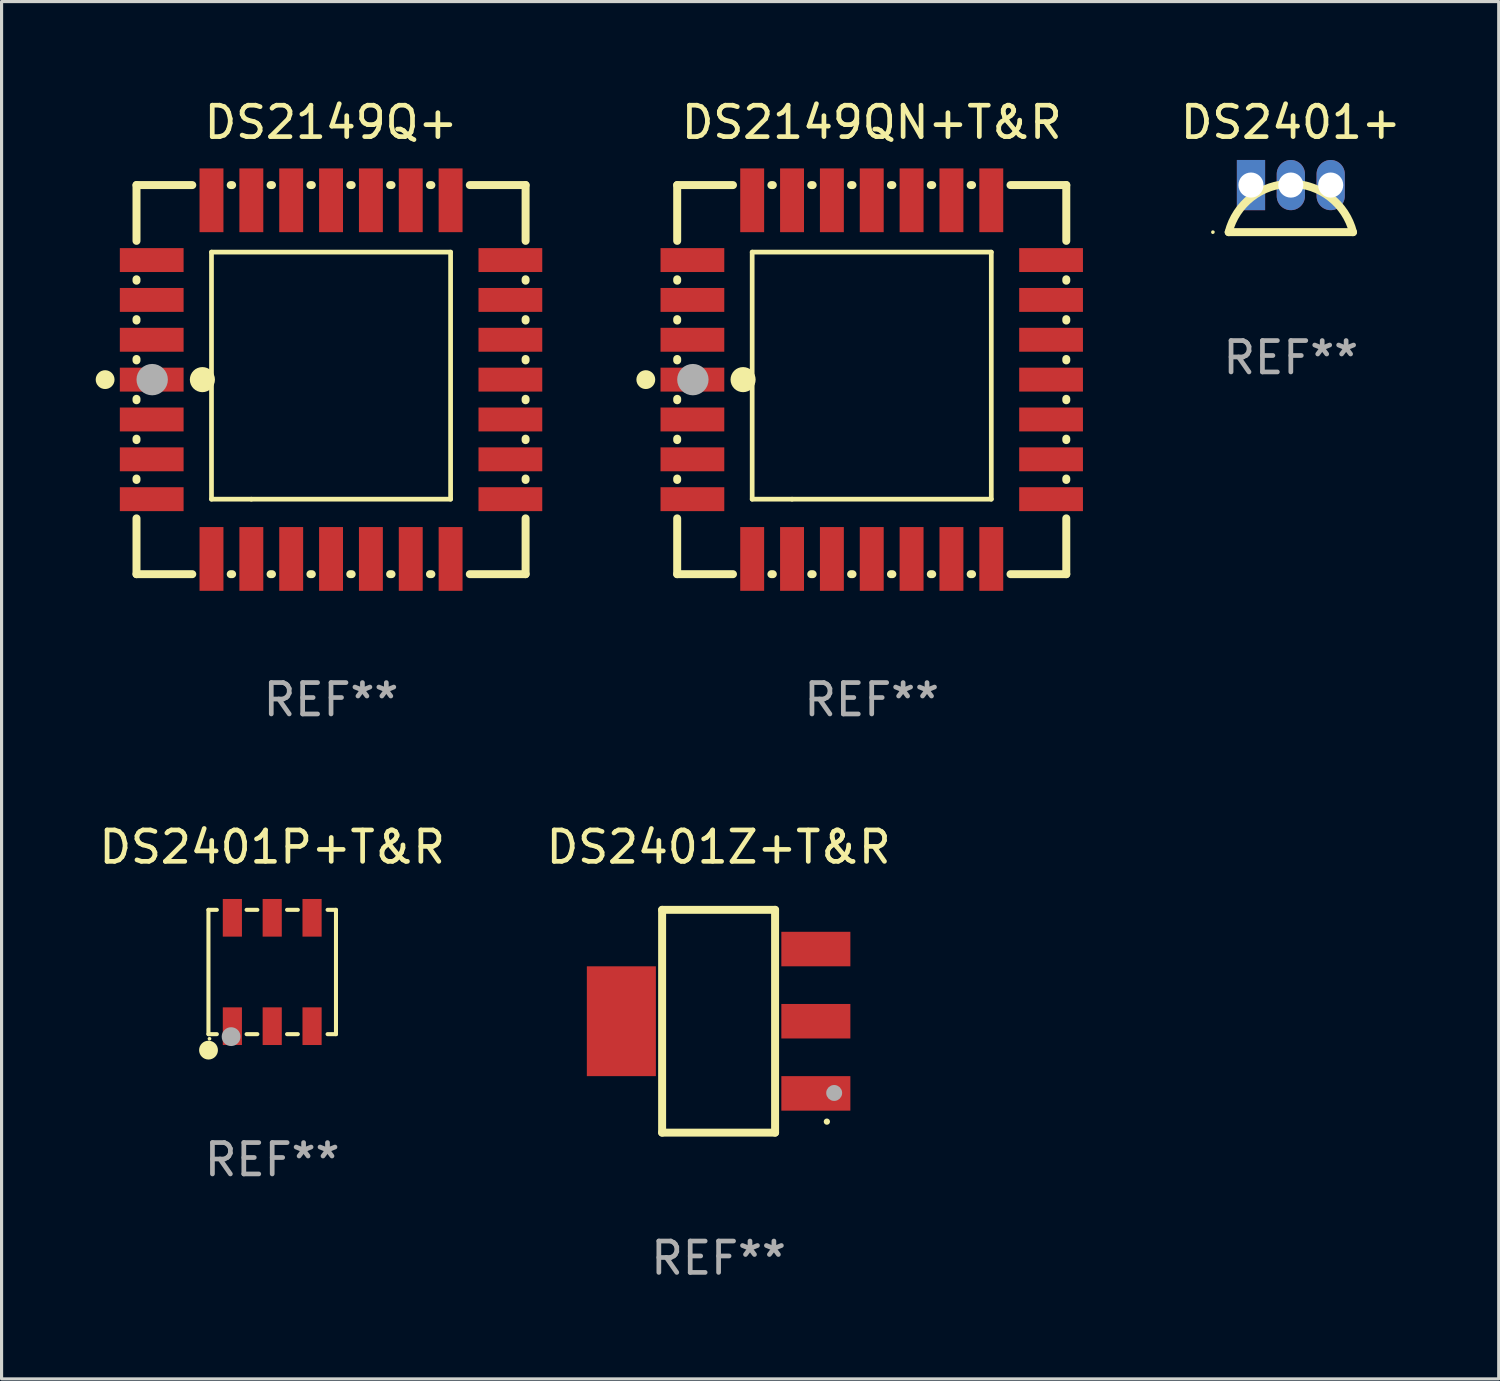
<source format=kicad_pcb>
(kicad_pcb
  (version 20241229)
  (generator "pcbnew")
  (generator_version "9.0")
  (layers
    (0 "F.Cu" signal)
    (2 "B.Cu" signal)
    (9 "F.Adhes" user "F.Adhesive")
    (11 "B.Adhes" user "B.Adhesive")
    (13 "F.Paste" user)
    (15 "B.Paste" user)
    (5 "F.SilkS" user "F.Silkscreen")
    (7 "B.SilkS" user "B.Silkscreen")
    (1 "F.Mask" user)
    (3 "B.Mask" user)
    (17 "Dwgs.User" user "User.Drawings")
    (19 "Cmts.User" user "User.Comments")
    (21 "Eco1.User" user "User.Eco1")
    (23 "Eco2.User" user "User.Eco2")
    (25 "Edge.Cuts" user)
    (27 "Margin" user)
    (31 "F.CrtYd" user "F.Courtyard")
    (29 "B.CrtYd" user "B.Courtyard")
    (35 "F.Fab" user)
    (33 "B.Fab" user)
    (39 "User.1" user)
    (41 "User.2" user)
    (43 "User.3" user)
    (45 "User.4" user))
  (footprint "DS2149Q+"
    (layer "F.Cu")
    (at 7.5 9.048)
    (property "Reference" "DS2149Q+" (at 0 -8.2 0) (layer "F.SilkS") (effects (font (size 1 1) (thickness 0.15))))
    (attr through_hole)
    (fp_line (start -6.2 -6.2) (end -4.422 -6.2) (stroke (width 0.254) (type solid)) (layer "F.SilkS"))
    (fp_line (start -6.2 -4.422) (end -6.2 -6.2) (stroke (width 0.254) (type solid)) (layer "F.SilkS"))
    (fp_line (start -6.2 -3.152) (end -6.2 -3.198) (stroke (width 0.254) (type solid)) (layer "F.SilkS"))
    (fp_line (start -6.2 -1.882) (end -6.2 -1.928) (stroke (width 0.254) (type solid)) (layer "F.SilkS"))
    (fp_line (start -6.2 -0.612) (end -6.2 -0.658) (stroke (width 0.254) (type solid)) (layer "F.SilkS"))
    (fp_line (start -6.2 0.658) (end -6.2 0.612) (stroke (width 0.254) (type solid)) (layer "F.SilkS"))
    (fp_line (start -6.2 1.928) (end -6.2 1.882) (stroke (width 0.254) (type solid)) (layer "F.SilkS"))
    (fp_line (start -6.2 3.198) (end -6.2 3.152) (stroke (width 0.254) (type solid)) (layer "F.SilkS"))
    (fp_line (start -6.2 6.2) (end -6.2 4.422) (stroke (width 0.254) (type solid)) (layer "F.SilkS"))
    (fp_line (start -4.422 6.2) (end -6.2 6.2) (stroke (width 0.254) (type solid)) (layer "F.SilkS"))
    (fp_line (start -3.81 -4.064) (end 3.81 -4.064) (stroke (width 0.15) (type solid)) (layer "F.SilkS"))
    (fp_line (start -3.81 3.81) (end -3.81 -4.064) (stroke (width 0.15) (type solid)) (layer "F.SilkS"))
    (fp_line (start -3.198 -6.2) (end -3.152 -6.2) (stroke (width 0.254) (type solid)) (layer "F.SilkS"))
    (fp_line (start -3.152 6.2) (end -3.198 6.2) (stroke (width 0.254) (type solid)) (layer "F.SilkS"))
    (fp_line (start -2.54 3.81) (end -3.81 3.81) (stroke (width 0.15) (type solid)) (layer "F.SilkS"))
    (fp_line (start -1.928 -6.2) (end -1.882 -6.2) (stroke (width 0.254) (type solid)) (layer "F.SilkS"))
    (fp_line (start -1.882 6.2) (end -1.928 6.2) (stroke (width 0.254) (type solid)) (layer "F.SilkS"))
    (fp_line (start -0.658 -6.2) (end -0.612 -6.2) (stroke (width 0.254) (type solid)) (layer "F.SilkS"))
    (fp_line (start -0.612 6.2) (end -0.658 6.2) (stroke (width 0.254) (type solid)) (layer "F.SilkS"))
    (fp_line (start 0.612 -6.2) (end 0.658 -6.2) (stroke (width 0.254) (type solid)) (layer "F.SilkS"))
    (fp_line (start 0.658 6.2) (end 0.612 6.2) (stroke (width 0.254) (type solid)) (layer "F.SilkS"))
    (fp_line (start 1.882 -6.2) (end 1.928 -6.2) (stroke (width 0.254) (type solid)) (layer "F.SilkS"))
    (fp_line (start 1.928 6.2) (end 1.882 6.2) (stroke (width 0.254) (type solid)) (layer "F.SilkS"))
    (fp_line (start 3.152 -6.2) (end 3.198 -6.2) (stroke (width 0.254) (type solid)) (layer "F.SilkS"))
    (fp_line (start 3.198 6.2) (end 3.152 6.2) (stroke (width 0.254) (type solid)) (layer "F.SilkS"))
    (fp_line (start 3.81 -4.064) (end 3.81 3.81) (stroke (width 0.15) (type solid)) (layer "F.SilkS"))
    (fp_line (start 3.81 3.81) (end -2.54 3.81) (stroke (width 0.15) (type solid)) (layer "F.SilkS"))
    (fp_line (start 4.422 -6.2) (end 6.2 -6.2) (stroke (width 0.254) (type solid)) (layer "F.SilkS"))
    (fp_line (start 6.2 -6.2) (end 6.2 -4.422) (stroke (width 0.254) (type solid)) (layer "F.SilkS"))
    (fp_line (start 6.2 -3.198) (end 6.2 -3.152) (stroke (width 0.254) (type solid)) (layer "F.SilkS"))
    (fp_line (start 6.2 -1.928) (end 6.2 -1.882) (stroke (width 0.254) (type solid)) (layer "F.SilkS"))
    (fp_line (start 6.2 -0.658) (end 6.2 -0.612) (stroke (width 0.254) (type solid)) (layer "F.SilkS"))
    (fp_line (start 6.2 0.612) (end 6.2 0.658) (stroke (width 0.254) (type solid)) (layer "F.SilkS"))
    (fp_line (start 6.2 1.882) (end 6.2 1.928) (stroke (width 0.254) (type solid)) (layer "F.SilkS"))
    (fp_line (start 6.2 3.152) (end 6.2 3.198) (stroke (width 0.254) (type solid)) (layer "F.SilkS"))
    (fp_line (start 6.2 4.422) (end 6.2 6.2) (stroke (width 0.254) (type solid)) (layer "F.SilkS"))
    (fp_line (start 6.2 6.2) (end 4.422 6.2) (stroke (width 0.254) (type solid)) (layer "F.SilkS"))
    (fp_circle (center -7.2 0) (end -7.05 0) (stroke (width 0.3) (type solid)) (fill no) (layer "F.SilkS"))
    (fp_circle (center -6.223 6.223) (end -6.193 6.223) (stroke (width 0.06) (type solid)) (fill no) (layer "F.SilkS"))
    (fp_circle (center -4.1 0) (end -3.9 0) (stroke (width 0.4) (type solid)) (fill no) (layer "F.SilkS"))
    (fp_circle (center -5.7 0) (end -5.45 0) (stroke (width 0.5) (type solid)) (fill no) (layer "F.Fab"))
    (fp_text user "REF**" (at 0 10.2 0) (layer "F.Fab") (effects (font (size 1 1) (thickness 0.15))))
    (pad "1" smd rect (at -5.715 0) (size 2.032 0.762) (layers "F.Cu" "F.Mask" "F.Paste"))
    (pad "2" smd rect (at -5.715 1.27) (size 2.032 0.762) (layers "F.Cu" "F.Mask" "F.Paste"))
    (pad "3" smd rect (at -5.715 2.54) (size 2.032 0.762) (layers "F.Cu" "F.Mask" "F.Paste"))
    (pad "4" smd rect (at -5.715 3.81) (size 2.032 0.762) (layers "F.Cu" "F.Mask" "F.Paste"))
    (pad "5" smd rect (at -3.81 5.715) (size 0.762 2.032) (layers "F.Cu" "F.Mask" "F.Paste"))
    (pad "6" smd rect (at -2.54 5.715) (size 0.762 2.032) (layers "F.Cu" "F.Mask" "F.Paste"))
    (pad "7" smd rect (at -1.27 5.715) (size 0.762 2.032) (layers "F.Cu" "F.Mask" "F.Paste"))
    (pad "8" smd rect (at 0 5.715) (size 0.762 2.032) (layers "F.Cu" "F.Mask" "F.Paste"))
    (pad "9" smd rect (at 1.27 5.715) (size 0.762 2.032) (layers "F.Cu" "F.Mask" "F.Paste"))
    (pad "10" smd rect (at 2.54 5.715) (size 0.762 2.032) (layers "F.Cu" "F.Mask" "F.Paste"))
    (pad "11" smd rect (at 3.81 5.715) (size 0.762 2.032) (layers "F.Cu" "F.Mask" "F.Paste"))
    (pad "12" smd rect (at 5.715 3.81) (size 2.032 0.762) (layers "F.Cu" "F.Mask" "F.Paste"))
    (pad "13" smd rect (at 5.715 2.54) (size 2.032 0.762) (layers "F.Cu" "F.Mask" "F.Paste"))
    (pad "14" smd rect (at 5.715 1.27) (size 2.032 0.762) (layers "F.Cu" "F.Mask" "F.Paste"))
    (pad "15" smd rect (at 5.715 0) (size 2.032 0.762) (layers "F.Cu" "F.Mask" "F.Paste"))
    (pad "16" smd rect (at 5.715 -1.27) (size 2.032 0.762) (layers "F.Cu" "F.Mask" "F.Paste"))
    (pad "17" smd rect (at 5.715 -2.54) (size 2.032 0.762) (layers "F.Cu" "F.Mask" "F.Paste"))
    (pad "18" smd rect (at 5.715 -3.81) (size 2.032 0.762) (layers "F.Cu" "F.Mask" "F.Paste"))
    (pad "19" smd rect (at 3.81 -5.715) (size 0.762 2.032) (layers "F.Cu" "F.Mask" "F.Paste"))
    (pad "20" smd rect (at 2.54 -5.715) (size 0.762 2.032) (layers "F.Cu" "F.Mask" "F.Paste"))
    (pad "21" smd rect (at 1.27 -5.715) (size 0.762 2.032) (layers "F.Cu" "F.Mask" "F.Paste"))
    (pad "22" smd rect (at 0 -5.715) (size 0.762 2.032) (layers "F.Cu" "F.Mask" "F.Paste"))
    (pad "23" smd rect (at -1.27 -5.715) (size 0.762 2.032) (layers "F.Cu" "F.Mask" "F.Paste"))
    (pad "24" smd rect (at -2.54 -5.715) (size 0.762 2.032) (layers "F.Cu" "F.Mask" "F.Paste"))
    (pad "25" smd rect (at -3.81 -5.715) (size 0.762 2.032) (layers "F.Cu" "F.Mask" "F.Paste"))
    (pad "26" smd rect (at -5.715 -3.81) (size 2.032 0.762) (layers "F.Cu" "F.Mask" "F.Paste"))
    (pad "27" smd rect (at -5.715 -2.54) (size 2.032 0.762) (layers "F.Cu" "F.Mask" "F.Paste"))
    (pad "28" smd rect (at -5.715 -1.27) (size 2.032 0.762) (layers "F.Cu" "F.Mask" "F.Paste")))
  (footprint "DS2149QN+T&R"
    (layer "F.Cu")
    (at 24.731 9.048)
    (property "Reference" "DS2149QN+T&R" (at 0 -8.2 0) (layer "F.SilkS") (effects (font (size 1 1) (thickness 0.15))))
    (attr through_hole)
    (fp_line (start -6.2 -6.2) (end -4.422 -6.2) (stroke (width 0.254) (type solid)) (layer "F.SilkS"))
    (fp_line (start -6.2 -4.422) (end -6.2 -6.2) (stroke (width 0.254) (type solid)) (layer "F.SilkS"))
    (fp_line (start -6.2 -3.152) (end -6.2 -3.198) (stroke (width 0.254) (type solid)) (layer "F.SilkS"))
    (fp_line (start -6.2 -1.882) (end -6.2 -1.928) (stroke (width 0.254) (type solid)) (layer "F.SilkS"))
    (fp_line (start -6.2 -0.612) (end -6.2 -0.658) (stroke (width 0.254) (type solid)) (layer "F.SilkS"))
    (fp_line (start -6.2 0.658) (end -6.2 0.612) (stroke (width 0.254) (type solid)) (layer "F.SilkS"))
    (fp_line (start -6.2 1.928) (end -6.2 1.882) (stroke (width 0.254) (type solid)) (layer "F.SilkS"))
    (fp_line (start -6.2 3.198) (end -6.2 3.152) (stroke (width 0.254) (type solid)) (layer "F.SilkS"))
    (fp_line (start -6.2 6.2) (end -6.2 4.422) (stroke (width 0.254) (type solid)) (layer "F.SilkS"))
    (fp_line (start -4.422 6.2) (end -6.2 6.2) (stroke (width 0.254) (type solid)) (layer "F.SilkS"))
    (fp_line (start -3.81 -4.064) (end 3.81 -4.064) (stroke (width 0.15) (type solid)) (layer "F.SilkS"))
    (fp_line (start -3.81 3.81) (end -3.81 -4.064) (stroke (width 0.15) (type solid)) (layer "F.SilkS"))
    (fp_line (start -3.198 -6.2) (end -3.152 -6.2) (stroke (width 0.254) (type solid)) (layer "F.SilkS"))
    (fp_line (start -3.152 6.2) (end -3.198 6.2) (stroke (width 0.254) (type solid)) (layer "F.SilkS"))
    (fp_line (start -2.54 3.81) (end -3.81 3.81) (stroke (width 0.15) (type solid)) (layer "F.SilkS"))
    (fp_line (start -1.928 -6.2) (end -1.882 -6.2) (stroke (width 0.254) (type solid)) (layer "F.SilkS"))
    (fp_line (start -1.882 6.2) (end -1.928 6.2) (stroke (width 0.254) (type solid)) (layer "F.SilkS"))
    (fp_line (start -0.658 -6.2) (end -0.612 -6.2) (stroke (width 0.254) (type solid)) (layer "F.SilkS"))
    (fp_line (start -0.612 6.2) (end -0.658 6.2) (stroke (width 0.254) (type solid)) (layer "F.SilkS"))
    (fp_line (start 0.612 -6.2) (end 0.658 -6.2) (stroke (width 0.254) (type solid)) (layer "F.SilkS"))
    (fp_line (start 0.658 6.2) (end 0.612 6.2) (stroke (width 0.254) (type solid)) (layer "F.SilkS"))
    (fp_line (start 1.882 -6.2) (end 1.928 -6.2) (stroke (width 0.254) (type solid)) (layer "F.SilkS"))
    (fp_line (start 1.928 6.2) (end 1.882 6.2) (stroke (width 0.254) (type solid)) (layer "F.SilkS"))
    (fp_line (start 3.152 -6.2) (end 3.198 -6.2) (stroke (width 0.254) (type solid)) (layer "F.SilkS"))
    (fp_line (start 3.198 6.2) (end 3.152 6.2) (stroke (width 0.254) (type solid)) (layer "F.SilkS"))
    (fp_line (start 3.81 -4.064) (end 3.81 3.81) (stroke (width 0.15) (type solid)) (layer "F.SilkS"))
    (fp_line (start 3.81 3.81) (end -2.54 3.81) (stroke (width 0.15) (type solid)) (layer "F.SilkS"))
    (fp_line (start 4.422 -6.2) (end 6.2 -6.2) (stroke (width 0.254) (type solid)) (layer "F.SilkS"))
    (fp_line (start 6.2 -6.2) (end 6.2 -4.422) (stroke (width 0.254) (type solid)) (layer "F.SilkS"))
    (fp_line (start 6.2 -3.198) (end 6.2 -3.152) (stroke (width 0.254) (type solid)) (layer "F.SilkS"))
    (fp_line (start 6.2 -1.928) (end 6.2 -1.882) (stroke (width 0.254) (type solid)) (layer "F.SilkS"))
    (fp_line (start 6.2 -0.658) (end 6.2 -0.612) (stroke (width 0.254) (type solid)) (layer "F.SilkS"))
    (fp_line (start 6.2 0.612) (end 6.2 0.658) (stroke (width 0.254) (type solid)) (layer "F.SilkS"))
    (fp_line (start 6.2 1.882) (end 6.2 1.928) (stroke (width 0.254) (type solid)) (layer "F.SilkS"))
    (fp_line (start 6.2 3.152) (end 6.2 3.198) (stroke (width 0.254) (type solid)) (layer "F.SilkS"))
    (fp_line (start 6.2 4.422) (end 6.2 6.2) (stroke (width 0.254) (type solid)) (layer "F.SilkS"))
    (fp_line (start 6.2 6.2) (end 4.422 6.2) (stroke (width 0.254) (type solid)) (layer "F.SilkS"))
    (fp_circle (center -7.2 0) (end -7.05 0) (stroke (width 0.3) (type solid)) (fill no) (layer "F.SilkS"))
    (fp_circle (center -6.223 6.223) (end -6.193 6.223) (stroke (width 0.06) (type solid)) (fill no) (layer "F.SilkS"))
    (fp_circle (center -4.1 0) (end -3.9 0) (stroke (width 0.4) (type solid)) (fill no) (layer "F.SilkS"))
    (fp_circle (center -5.7 0) (end -5.45 0) (stroke (width 0.5) (type solid)) (fill no) (layer "F.Fab"))
    (fp_text user "REF**" (at 0 10.2 0) (layer "F.Fab") (effects (font (size 1 1) (thickness 0.15))))
    (pad "1" smd rect (at -5.715 0) (size 2.032 0.762) (layers "F.Cu" "F.Mask" "F.Paste"))
    (pad "2" smd rect (at -5.715 1.27) (size 2.032 0.762) (layers "F.Cu" "F.Mask" "F.Paste"))
    (pad "3" smd rect (at -5.715 2.54) (size 2.032 0.762) (layers "F.Cu" "F.Mask" "F.Paste"))
    (pad "4" smd rect (at -5.715 3.81) (size 2.032 0.762) (layers "F.Cu" "F.Mask" "F.Paste"))
    (pad "5" smd rect (at -3.81 5.715) (size 0.762 2.032) (layers "F.Cu" "F.Mask" "F.Paste"))
    (pad "6" smd rect (at -2.54 5.715) (size 0.762 2.032) (layers "F.Cu" "F.Mask" "F.Paste"))
    (pad "7" smd rect (at -1.27 5.715) (size 0.762 2.032) (layers "F.Cu" "F.Mask" "F.Paste"))
    (pad "8" smd rect (at 0 5.715) (size 0.762 2.032) (layers "F.Cu" "F.Mask" "F.Paste"))
    (pad "9" smd rect (at 1.27 5.715) (size 0.762 2.032) (layers "F.Cu" "F.Mask" "F.Paste"))
    (pad "10" smd rect (at 2.54 5.715) (size 0.762 2.032) (layers "F.Cu" "F.Mask" "F.Paste"))
    (pad "11" smd rect (at 3.81 5.715) (size 0.762 2.032) (layers "F.Cu" "F.Mask" "F.Paste"))
    (pad "12" smd rect (at 5.715 3.81) (size 2.032 0.762) (layers "F.Cu" "F.Mask" "F.Paste"))
    (pad "13" smd rect (at 5.715 2.54) (size 2.032 0.762) (layers "F.Cu" "F.Mask" "F.Paste"))
    (pad "14" smd rect (at 5.715 1.27) (size 2.032 0.762) (layers "F.Cu" "F.Mask" "F.Paste"))
    (pad "15" smd rect (at 5.715 0) (size 2.032 0.762) (layers "F.Cu" "F.Mask" "F.Paste"))
    (pad "16" smd rect (at 5.715 -1.27) (size 2.032 0.762) (layers "F.Cu" "F.Mask" "F.Paste"))
    (pad "17" smd rect (at 5.715 -2.54) (size 2.032 0.762) (layers "F.Cu" "F.Mask" "F.Paste"))
    (pad "18" smd rect (at 5.715 -3.81) (size 2.032 0.762) (layers "F.Cu" "F.Mask" "F.Paste"))
    (pad "19" smd rect (at 3.81 -5.715) (size 0.762 2.032) (layers "F.Cu" "F.Mask" "F.Paste"))
    (pad "20" smd rect (at 2.54 -5.715) (size 0.762 2.032) (layers "F.Cu" "F.Mask" "F.Paste"))
    (pad "21" smd rect (at 1.27 -5.715) (size 0.762 2.032) (layers "F.Cu" "F.Mask" "F.Paste"))
    (pad "22" smd rect (at 0 -5.715) (size 0.762 2.032) (layers "F.Cu" "F.Mask" "F.Paste"))
    (pad "23" smd rect (at -1.27 -5.715) (size 0.762 2.032) (layers "F.Cu" "F.Mask" "F.Paste"))
    (pad "24" smd rect (at -2.54 -5.715) (size 0.762 2.032) (layers "F.Cu" "F.Mask" "F.Paste"))
    (pad "25" smd rect (at -3.81 -5.715) (size 0.762 2.032) (layers "F.Cu" "F.Mask" "F.Paste"))
    (pad "26" smd rect (at -5.715 -3.81) (size 2.032 0.762) (layers "F.Cu" "F.Mask" "F.Paste"))
    (pad "27" smd rect (at -5.715 -2.54) (size 2.032 0.762) (layers "F.Cu" "F.Mask" "F.Paste"))
    (pad "28" smd rect (at -5.715 -1.27) (size 2.032 0.762) (layers "F.Cu" "F.Mask" "F.Paste")))
  (footprint "DS2401Z+T&R"
    (layer "F.Cu")
    (at 19.851 29.495)
    (property "Reference" "DS2401Z+T&R" (at 0 -5.55 0) (layer "F.SilkS") (effects (font (size 1 1) (thickness 0.15))))
    (attr through_hole)
    (fp_line (start -1.8 -3.55) (end 1.8 -3.55) (stroke (width 0.254) (type solid)) (layer "F.SilkS"))
    (fp_line (start -1.8 3.55) (end -1.8 -3.55) (stroke (width 0.254) (type solid)) (layer "F.SilkS"))
    (fp_line (start -1.8 3.55) (end 1.8 3.55) (stroke (width 0.254) (type solid)) (layer "F.SilkS"))
    (fp_line (start 1.8 3.55) (end 1.8 -3.55) (stroke (width 0.254) (type solid)) (layer "F.SilkS"))
    (fp_circle (center 3.45 3.2) (end 3.5 3.2) (stroke (width 0.1) (type solid)) (fill no) (layer "F.SilkS"))
    (fp_circle (center 3.683 2.286) (end 3.81 2.286) (stroke (width 0.254) (type solid)) (fill no) (layer "F.Fab"))
    (fp_text user "REF**" (at 0 7.55 0) (layer "F.Fab") (effects (font (size 1 1) (thickness 0.15))))
    (pad "1" smd rect (at 3.099 2.3 90) (size 1.1 2.2) (layers "F.Cu" "F.Mask" "F.Paste"))
    (pad "2" smd rect (at 3.099 0 90) (size 1.1 2.2) (layers "F.Cu" "F.Mask" "F.Paste"))
    (pad "3" smd rect (at 3.099 -2.3 90) (size 1.1 2.2) (layers "F.Cu" "F.Mask" "F.Paste"))
    (pad "4" smd rect (at -3.099 0) (size 2.2 3.5) (layers "F.Cu" "F.Mask" "F.Paste")))
  (footprint "DS2401P+T&R"
    (layer "F.Cu")
    (at 5.625 27.926)
    (property "Reference" "DS2401P+T&R" (at 0 -3.981 0) (layer "F.SilkS") (effects (font (size 1 1) (thickness 0.15))))
    (attr through_hole)
    (fp_line (start -2.032 -1.981) (end -2.032 1.981) (stroke (width 0.129) (type solid)) (layer "F.SilkS"))
    (fp_line (start -1.764 -1.981) (end -2.032 -1.981) (stroke (width 0.129) (type solid)) (layer "F.SilkS"))
    (fp_line (start -1.764 1.981) (end -2.032 1.981) (stroke (width 0.129) (type solid)) (layer "F.SilkS"))
    (fp_line (start -0.473 -1.981) (end -0.817 -1.981) (stroke (width 0.129) (type solid)) (layer "F.SilkS"))
    (fp_line (start -0.473 1.981) (end -0.817 1.981) (stroke (width 0.129) (type solid)) (layer "F.SilkS"))
    (fp_line (start 0.817 -1.981) (end 0.473 -1.981) (stroke (width 0.129) (type solid)) (layer "F.SilkS"))
    (fp_line (start 0.817 1.981) (end 0.473 1.981) (stroke (width 0.129) (type solid)) (layer "F.SilkS"))
    (fp_line (start 2.032 -1.981) (end 1.764 -1.981) (stroke (width 0.129) (type solid)) (layer "F.SilkS"))
    (fp_line (start 2.032 1.981) (end 1.764 1.981) (stroke (width 0.129) (type solid)) (layer "F.SilkS"))
    (fp_line (start 2.032 1.981) (end 2.032 -1.981) (stroke (width 0.129) (type solid)) (layer "F.SilkS"))
    (fp_circle (center -2.03 2.49) (end -1.88 2.49) (stroke (width 0.3) (type solid)) (fill no) (layer "F.SilkS"))
    (fp_circle (center -2 2.127) (end -1.97 2.127) (stroke (width 0.06) (type solid)) (fill no) (layer "F.SilkS"))
    (fp_circle (center -1.31 2.06) (end -1.16 2.06) (stroke (width 0.3) (type solid)) (fill no) (layer "F.Fab"))
    (fp_text user "REF**" (at 0 5.981 0) (layer "F.Fab") (effects (font (size 1 1) (thickness 0.15))))
    (pad "1" smd rect (at -1.27 1.727) (size 0.61 1.2) (layers "F.Cu" "F.Mask" "F.Paste"))
    (pad "2" smd rect (at 0 1.727) (size 0.61 1.2) (layers "F.Cu" "F.Mask" "F.Paste"))
    (pad "3" smd rect (at 1.27 1.727) (size 0.61 1.2) (layers "F.Cu" "F.Mask" "F.Paste"))
    (pad "4" smd rect (at 1.27 -1.727) (size 0.61 1.2) (layers "F.Cu" "F.Mask" "F.Paste"))
    (pad "5" smd rect (at 0 -1.727) (size 0.61 1.2) (layers "F.Cu" "F.Mask" "F.Paste"))
    (pad "6" smd rect (at -1.27 -1.727) (size 0.61 1.2) (layers "F.Cu" "F.Mask" "F.Paste")))
  (footprint "DS2401+"
    (layer "F.Cu")
    (at 38.087 3.598)
    (property "Reference" "DS2401+" (at 0 -2.75 0) (layer "F.SilkS") (effects (font (size 1 1) (thickness 0.15))))
    (attr through_hole)
    (fp_line (start 1.98 0.75) (end -1.98 0.75) (stroke (width 0.254) (type solid)) (layer "F.SilkS"))
    (fp_arc (start -1.981204 0.751206) (mid 0 -0.789989) (end 1.981204 0.751207) (stroke (width 0.254001) (type solid)) (layer "F.SilkS"))
    (fp_circle (center -2.484 0.75) (end -2.454 0.75) (stroke (width 0.06) (type solid)) (fill no) (layer "F.SilkS"))
    (fp_text user "REF**" (at 0 4.75 0) (layer "F.Fab") (effects (font (size 1 1) (thickness 0.15))))
    (pad "1" thru_hole rect (at -1.27 -0.75) (size 0.9 1.6) (drill 0.8) (layers "*.Cu" "*.Mask"))
    (pad "2" thru_hole oval (at 0 -0.75) (size 0.9 1.6) (drill 0.8) (layers "*.Cu" "*.Mask"))
    (pad "3" thru_hole oval (at 1.27 -0.75) (size 0.9 1.6) (drill 0.8) (layers "*.Cu" "*.Mask")))
  (gr_rect
    (start -3 -3)
    (end 44.712 40.893)
    (stroke (width 0.1) (type default))
    (fill no)
    (layer "Edge.Cuts")))
</source>
